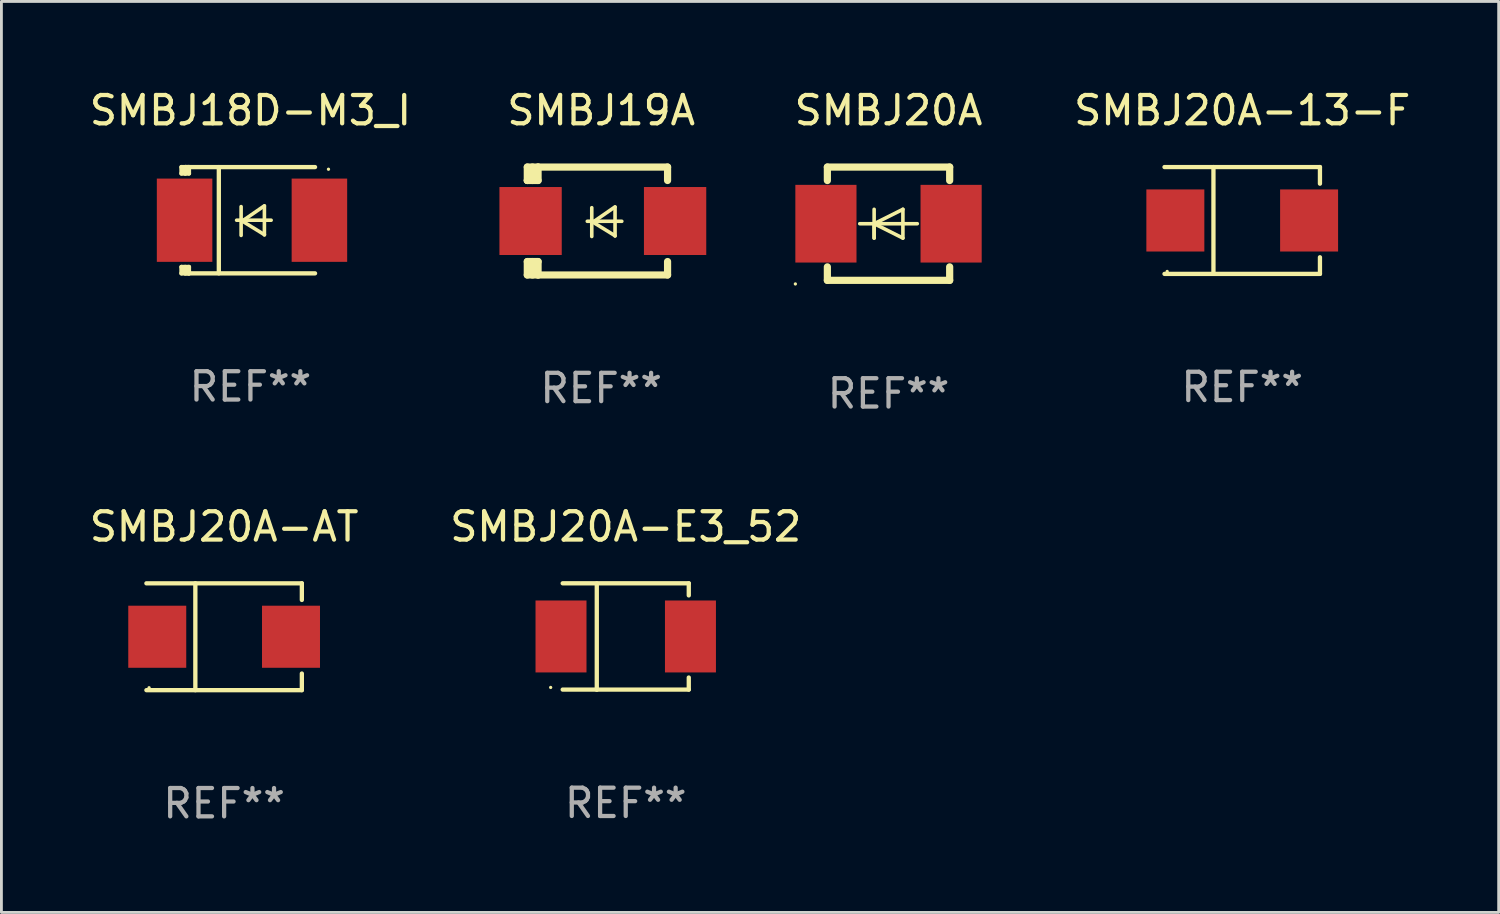
<source format=kicad_pcb>
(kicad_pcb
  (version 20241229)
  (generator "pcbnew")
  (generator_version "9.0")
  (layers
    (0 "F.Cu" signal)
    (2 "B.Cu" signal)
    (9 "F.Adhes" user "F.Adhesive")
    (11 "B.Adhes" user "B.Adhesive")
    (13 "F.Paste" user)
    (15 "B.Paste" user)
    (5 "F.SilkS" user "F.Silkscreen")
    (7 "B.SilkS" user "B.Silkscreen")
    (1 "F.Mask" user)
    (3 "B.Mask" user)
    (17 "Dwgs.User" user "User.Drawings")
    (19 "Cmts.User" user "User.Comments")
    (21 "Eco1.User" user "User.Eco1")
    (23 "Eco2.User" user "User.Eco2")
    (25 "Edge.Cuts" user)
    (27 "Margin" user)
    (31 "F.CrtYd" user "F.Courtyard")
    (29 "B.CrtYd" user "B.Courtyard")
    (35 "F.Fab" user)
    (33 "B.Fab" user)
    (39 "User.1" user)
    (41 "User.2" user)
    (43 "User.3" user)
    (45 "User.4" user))
  (footprint "SMBJ19A"
    (layer "F.Cu")
    (at 18.176 4.753)
    (property "Reference" "SMBJ19A" (at 0 -3.905 0) (layer "F.SilkS") (effects (font (size 1 1) (thickness 0.15))))
    (attr through_hole)
    (fp_line (start -2.609 -1.905) (end -2.609 -1.431) (stroke (width 0.254) (type solid)) (layer "F.SilkS"))
    (fp_line (start -2.609 1.431) (end -2.609 1.905) (stroke (width 0.254) (type solid)) (layer "F.SilkS"))
    (fp_line (start -2.609 1.431) (end -2.229 1.431) (stroke (width 0.254) (type solid)) (layer "F.SilkS"))
    (fp_line (start -2.609 1.905) (end -2.229 1.905) (stroke (width 0.254) (type solid)) (layer "F.SilkS"))
    (fp_line (start -2.609 -1.431) (end -2.609 -1.431) (stroke (width 0.254) (type solid)) (layer "F.SilkS"))
    (fp_line (start -2.427 -1.431) (end -2.427 -1.905) (stroke (width 0.254) (type solid)) (layer "F.SilkS"))
    (fp_line (start -2.427 1.905) (end -2.427 1.431) (stroke (width 0.254) (type solid)) (layer "F.SilkS"))
    (fp_line (start -2.229 -1.905) (end -2.609 -1.905) (stroke (width 0.254) (type solid)) (layer "F.SilkS"))
    (fp_line (start -2.229 -1.905) (end 2.343 -1.905) (stroke (width 0.254) (type solid)) (layer "F.SilkS"))
    (fp_line (start -2.229 -1.431) (end -2.609 -1.431) (stroke (width 0.254) (type solid)) (layer "F.SilkS"))
    (fp_line (start -2.229 -1.431) (end -2.229 -1.905) (stroke (width 0.254) (type solid)) (layer "F.SilkS"))
    (fp_line (start -2.229 1.905) (end -2.229 1.431) (stroke (width 0.254) (type solid)) (layer "F.SilkS"))
    (fp_line (start -0.491 0.01) (end 0.727 0.01) (stroke (width 0.127) (type solid)) (layer "F.SilkS"))
    (fp_line (start -0.333 -0.47) (end -0.333 0.546) (stroke (width 0.127) (type solid)) (layer "F.SilkS"))
    (fp_line (start -0.293 0.04) (end 0.489 0.52) (stroke (width 0.127) (type solid)) (layer "F.SilkS"))
    (fp_line (start 0.489 -0.5) (end -0.293 0.04) (stroke (width 0.127) (type solid)) (layer "F.SilkS"))
    (fp_line (start 0.489 0.53) (end 0.489 -0.486) (stroke (width 0.127) (type solid)) (layer "F.SilkS"))
    (fp_line (start 2.343 -1.905) (end 2.343 -1.431) (stroke (width 0.254) (type solid)) (layer "F.SilkS"))
    (fp_line (start 2.343 1.431) (end 2.343 1.905) (stroke (width 0.254) (type solid)) (layer "F.SilkS"))
    (fp_line (start 2.343 1.905) (end -2.229 1.905) (stroke (width 0.254) (type solid)) (layer "F.SilkS"))
    (fp_circle (center -2.643 1.8) (end -2.613 1.8) (stroke (width 0.06) (type solid)) (fill no) (layer "F.SilkS"))
    (fp_text user "REF**" (at 0 5.905 0) (layer "F.Fab") (effects (font (size 1 1) (thickness 0.15))))
    (pad "1" smd rect (at -2.493 0) (size 2.2 2.4) (layers "F.Cu" "F.Mask" "F.Paste"))
    (pad "2" smd rect (at 2.609 0) (size 2.2 2.4) (layers "F.Cu" "F.Mask" "F.Paste")))
  (footprint "SMBJ20A-AT"
    (layer "F.Cu")
    (at 4.863 19.431)
    (property "Reference" "SMBJ20A-AT" (at 0 -3.886 0) (layer "F.SilkS") (effects (font (size 1 1) (thickness 0.15))))
    (attr through_hole)
    (fp_line (start -2.744 -1.886) (end 2.744 -1.886) (stroke (width 0.152) (type solid)) (layer "F.SilkS"))
    (fp_line (start -2.744 1.886) (end 2.744 1.886) (stroke (width 0.152) (type solid)) (layer "F.SilkS"))
    (fp_line (start -1.016 -1.886) (end -1.016 1.886) (stroke (width 0.152) (type solid)) (layer "F.SilkS"))
    (fp_line (start 2.744 -1.886) (end 2.744 -1.299) (stroke (width 0.152) (type solid)) (layer "F.SilkS"))
    (fp_line (start 2.744 1.886) (end 2.744 1.299) (stroke (width 0.152) (type solid)) (layer "F.SilkS"))
    (fp_circle (center -2.65 1.8) (end -2.62 1.8) (stroke (width 0.06) (type solid)) (fill no) (layer "F.SilkS"))
    (fp_text user "REF**" (at 0 5.886 0) (layer "F.Fab") (effects (font (size 1 1) (thickness 0.15))))
    (pad "1" smd rect (at -2.361 0) (size 2.047 2.192) (layers "F.Cu" "F.Mask" "F.Paste"))
    (pad "2" smd rect (at 2.361 0) (size 2.047 2.192) (layers "F.Cu" "F.Mask" "F.Paste")))
  (footprint "SMBJ18D-M3_I"
    (layer "F.Cu")
    (at 5.792 4.725)
    (property "Reference" "SMBJ18D-M3_I" (at 0 -3.876 0) (layer "F.SilkS") (effects (font (size 1 1) (thickness 0.15))))
    (attr through_hole)
    (fp_line (start -2.435 1.65) (end -2.171 1.65) (stroke (width 0.152) (type solid)) (layer "F.SilkS"))
    (fp_line (start -2.435 1.876) (end -2.435 1.65) (stroke (width 0.152) (type solid)) (layer "F.SilkS"))
    (fp_line (start -2.435 -1.876) (end -2.171 -1.876) (stroke (width 0.152) (type solid)) (layer "F.SilkS"))
    (fp_line (start -2.435 -1.65) (end -2.435 -1.876) (stroke (width 0.152) (type solid)) (layer "F.SilkS"))
    (fp_line (start -2.305 -1.866) (end -2.295 -1.876) (stroke (width 0.152) (type solid)) (layer "F.SilkS"))
    (fp_line (start -2.305 -1.65) (end -2.305 -1.866) (stroke (width 0.152) (type solid)) (layer "F.SilkS"))
    (fp_line (start -2.305 1.876) (end -2.305 1.65) (stroke (width 0.152) (type solid)) (layer "F.SilkS"))
    (fp_line (start -2.295 -1.876) (end -2.295 -1.65) (stroke (width 0.152) (type solid)) (layer "F.SilkS"))
    (fp_line (start -2.171 1.876) (end -2.435 1.876) (stroke (width 0.152) (type solid)) (layer "F.SilkS"))
    (fp_line (start -2.171 -1.65) (end -2.435 -1.65) (stroke (width 0.152) (type solid)) (layer "F.SilkS"))
    (fp_line (start -2.171 -1.876) (end -2.295 -1.876) (stroke (width 0.152) (type solid)) (layer "F.SilkS"))
    (fp_line (start -2.171 -1.65) (end -2.171 -1.876) (stroke (width 0.152) (type solid)) (layer "F.SilkS"))
    (fp_line (start -2.171 1.876) (end -2.305 1.876) (stroke (width 0.152) (type solid)) (layer "F.SilkS"))
    (fp_line (start -2.171 1.876) (end -2.171 1.65) (stroke (width 0.152) (type solid)) (layer "F.SilkS"))
    (fp_line (start -1.116 1.876) (end -1.116 -1.876) (stroke (width 0.152) (type solid)) (layer "F.SilkS"))
    (fp_line (start -0.488 0.000102) (end 0.731 0.000102) (stroke (width 0.127) (type solid)) (layer "F.SilkS"))
    (fp_line (start -0.329 -0.48) (end -0.329 0.536) (stroke (width 0.127) (type solid)) (layer "F.SilkS"))
    (fp_line (start -0.29 0.03) (end 0.493 0.51) (stroke (width 0.127) (type solid)) (layer "F.SilkS"))
    (fp_line (start 0.493 -0.51) (end -0.29 0.03) (stroke (width 0.127) (type solid)) (layer "F.SilkS"))
    (fp_line (start 0.493 0.52) (end 0.493 -0.496) (stroke (width 0.127) (type solid)) (layer "F.SilkS"))
    (fp_line (start 2.281 -1.876) (end -2.171 -1.876) (stroke (width 0.152) (type solid)) (layer "F.SilkS"))
    (fp_line (start 2.281 1.876) (end -2.171 1.876) (stroke (width 0.152) (type solid)) (layer "F.SilkS"))
    (fp_circle (center 2.755 -1.8) (end 2.785 -1.8) (stroke (width 0.06) (type solid)) (fill no) (layer "F.SilkS"))
    (fp_text user "REF**" (at 0 5.876 0) (layer "F.Fab") (effects (font (size 1 1) (thickness 0.15))))
    (pad "1" smd rect (at 2.435 -0.000025 180) (size 1.96 2.94) (layers "F.Cu" "F.Mask" "F.Paste"))
    (pad "2" smd rect (at -2.325 -0.000025 180) (size 1.96 2.94) (layers "F.Cu" "F.Mask" "F.Paste")))
  (footprint "SMBJ20A"
    (layer "F.Cu")
    (at 28.32 4.848)
    (property "Reference" "SMBJ20A" (at 0 -4 0) (layer "F.SilkS") (effects (font (size 1 1) (thickness 0.15))))
    (attr through_hole)
    (fp_line (start -2.159 -2) (end 2.159 -2) (stroke (width 0.254) (type solid)) (layer "F.SilkS"))
    (fp_line (start -2.159 -1.524) (end -2.159 -2) (stroke (width 0.254) (type solid)) (layer "F.SilkS"))
    (fp_line (start -2.159 1.524) (end -2.159 2) (stroke (width 0.254) (type solid)) (layer "F.SilkS"))
    (fp_line (start -2.159 2) (end 2.159 2) (stroke (width 0.254) (type solid)) (layer "F.SilkS"))
    (fp_line (start -0.508 0) (end -0.508 0.508) (stroke (width 0.127) (type solid)) (layer "F.SilkS"))
    (fp_line (start -0.508 0) (end 0.508 0.508) (stroke (width 0.127) (type solid)) (layer "F.SilkS"))
    (fp_line (start -0.508 0.508) (end -0.508 -0.508) (stroke (width 0.127) (type solid)) (layer "F.SilkS"))
    (fp_line (start 0.508 -0.508) (end -0.508 0) (stroke (width 0.127) (type solid)) (layer "F.SilkS"))
    (fp_line (start 0.508 0.508) (end 0.508 -0.508) (stroke (width 0.127) (type solid)) (layer "F.SilkS"))
    (fp_line (start 1.016 0) (end -1.016 0) (stroke (width 0.127) (type solid)) (layer "F.SilkS"))
    (fp_line (start 2.159 -2) (end 2.159 -1.524) (stroke (width 0.254) (type solid)) (layer "F.SilkS"))
    (fp_line (start 2.159 2) (end 2.159 1.524) (stroke (width 0.254) (type solid)) (layer "F.SilkS"))
    (fp_circle (center -3.289 2.127) (end -3.259 2.127) (stroke (width 0.06) (type solid)) (fill no) (layer "F.SilkS"))
    (fp_text user "REF**" (at 0 6 0) (layer "F.Fab") (effects (font (size 1 1) (thickness 0.15))))
    (pad "1" smd rect (at -2.21 0 180) (size 2.159 2.743) (layers "F.Cu" "F.Mask" "F.Paste"))
    (pad "2" smd rect (at 2.21 0 180) (size 2.159 2.743) (layers "F.Cu" "F.Mask" "F.Paste")))
  (footprint "SMBJ20A-E3_52"
    (layer "F.Cu")
    (at 19.042 19.424)
    (property "Reference" "SMBJ20A-E3_52" (at 0 -3.88 0) (layer "F.SilkS") (effects (font (size 1 1) (thickness 0.15))))
    (attr through_hole)
    (fp_line (start -2.226 -1.88) (end 2.226 -1.88) (stroke (width 0.152) (type solid)) (layer "F.SilkS"))
    (fp_line (start -2.226 1.873) (end 2.226 1.873) (stroke (width 0.152) (type solid)) (layer "F.SilkS"))
    (fp_line (start -1.022 -1.873) (end -1.022 1.88) (stroke (width 0.152) (type solid)) (layer "F.SilkS"))
    (fp_line (start 2.226 -1.88) (end 2.226 -1.453) (stroke (width 0.152) (type solid)) (layer "F.SilkS"))
    (fp_line (start 2.226 1.447) (end 2.226 1.873) (stroke (width 0.152) (type solid)) (layer "F.SilkS"))
    (fp_circle (center -2.65 1.797) (end -2.62 1.797) (stroke (width 0.06) (type solid)) (fill no) (layer "F.SilkS"))
    (fp_text user "REF**" (at 0 5.88 0) (layer "F.Fab") (effects (font (size 1 1) (thickness 0.15))))
    (pad "1" smd rect (at -2.285 -0.003) (size 1.8 2.54) (layers "F.Cu" "F.Mask" "F.Paste"))
    (pad "2" smd rect (at 2.285 -0.003) (size 1.8 2.54) (layers "F.Cu" "F.Mask" "F.Paste")))
  (footprint "SMBJ20A-13-F"
    (layer "F.Cu")
    (at 40.808 4.734)
    (property "Reference" "SMBJ20A-13-F" (at 0 -3.886 0) (layer "F.SilkS") (effects (font (size 1 1) (thickness 0.15))))
    (attr through_hole)
    (fp_line (start -2.744 -1.886) (end 2.744 -1.886) (stroke (width 0.152) (type solid)) (layer "F.SilkS"))
    (fp_line (start -2.744 1.886) (end 2.744 1.886) (stroke (width 0.152) (type solid)) (layer "F.SilkS"))
    (fp_line (start -1.016 -1.886) (end -1.016 1.886) (stroke (width 0.152) (type solid)) (layer "F.SilkS"))
    (fp_line (start 2.744 -1.886) (end 2.744 -1.299) (stroke (width 0.152) (type solid)) (layer "F.SilkS"))
    (fp_line (start 2.744 1.886) (end 2.744 1.299) (stroke (width 0.152) (type solid)) (layer "F.SilkS"))
    (fp_circle (center -2.65 1.8) (end -2.62 1.8) (stroke (width 0.06) (type solid)) (fill no) (layer "F.SilkS"))
    (fp_text user "REF**" (at 0 5.886 0) (layer "F.Fab") (effects (font (size 1 1) (thickness 0.15))))
    (pad "1" smd rect (at -2.361 0) (size 2.047 2.192) (layers "F.Cu" "F.Mask" "F.Paste"))
    (pad "2" smd rect (at 2.361 0) (size 2.047 2.192) (layers "F.Cu" "F.Mask" "F.Paste")))
  (gr_rect
    (start -3 -3)
    (end 49.862 29.165)
    (stroke (width 0.1) (type default))
    (fill no)
    (layer "Edge.Cuts")))
</source>
